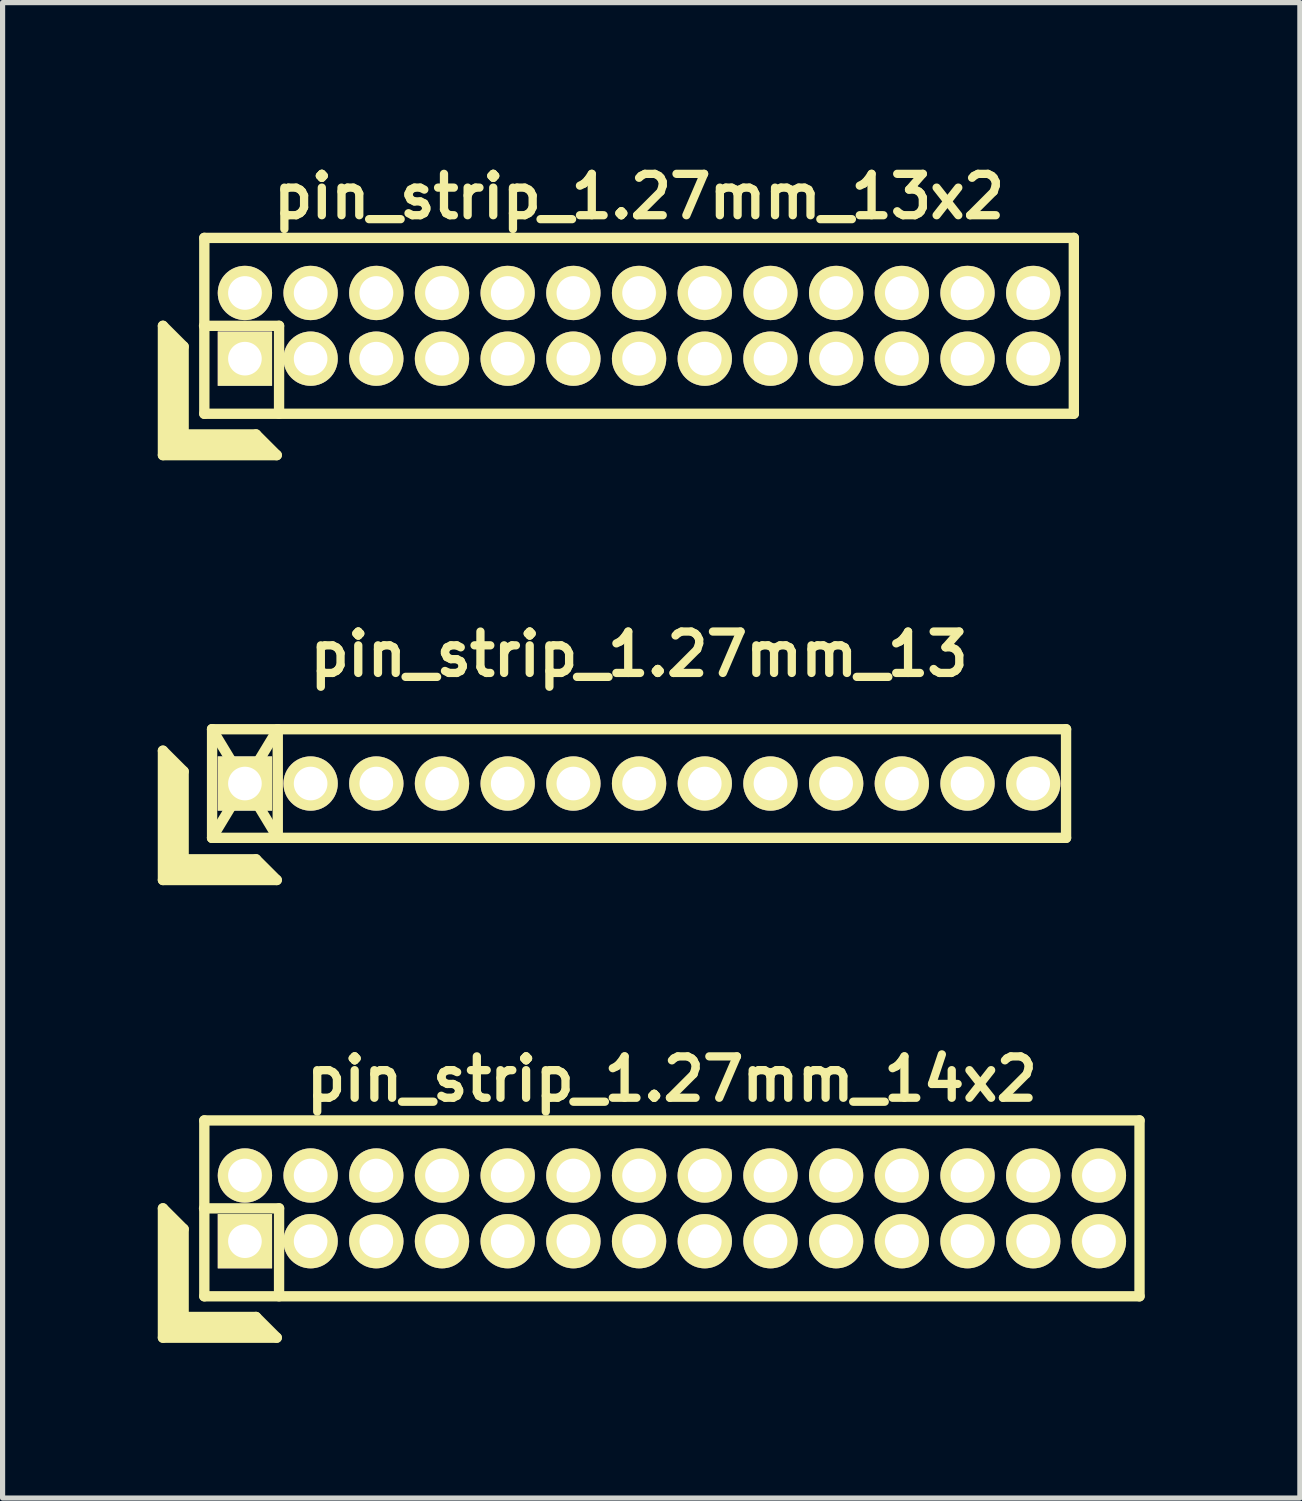
<source format=kicad_pcb>
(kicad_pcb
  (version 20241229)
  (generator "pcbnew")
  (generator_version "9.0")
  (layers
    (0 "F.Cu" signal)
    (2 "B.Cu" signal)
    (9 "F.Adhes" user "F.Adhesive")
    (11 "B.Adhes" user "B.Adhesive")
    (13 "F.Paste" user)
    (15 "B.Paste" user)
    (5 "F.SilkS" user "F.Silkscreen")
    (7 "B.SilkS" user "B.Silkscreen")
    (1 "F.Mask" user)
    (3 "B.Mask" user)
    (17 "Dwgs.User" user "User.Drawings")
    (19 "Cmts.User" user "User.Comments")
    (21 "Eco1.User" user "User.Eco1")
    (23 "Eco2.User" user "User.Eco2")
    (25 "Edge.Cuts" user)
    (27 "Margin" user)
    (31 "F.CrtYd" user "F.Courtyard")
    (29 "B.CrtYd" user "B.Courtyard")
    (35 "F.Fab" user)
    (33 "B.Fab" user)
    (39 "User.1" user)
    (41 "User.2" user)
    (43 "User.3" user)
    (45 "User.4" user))
  (footprint "pin_strip_1.27mm_13x2"
    (layer "F.Cu")
    (at 9.305 3.249)
    (property "Reference" "pin_strip_1.27mm_13x2" (at 0 -2.5 0) (layer "F.SilkS") (effects (font (size 0.8 0.8) (thickness 0.16))))
    (attr through_hole)
    (fp_line (start -9.205 0) (end -9.205 2.5) (stroke (width 0.2) (type solid)) (layer "F.SilkS"))
    (fp_line (start -9.205 0) (end -8.805 0.4) (stroke (width 0.2) (type solid)) (layer "F.SilkS"))
    (fp_line (start -9.205 2.5) (end -7.005 2.5) (stroke (width 0.2) (type solid)) (layer "F.SilkS"))
    (fp_line (start -9.105 2.4) (end -9.105 0.2) (stroke (width 0.2) (type solid)) (layer "F.SilkS"))
    (fp_line (start -9.105 2.4) (end -7.205 2.4) (stroke (width 0.2) (type solid)) (layer "F.SilkS"))
    (fp_line (start -9.005 2.3) (end -9.005 0.3) (stroke (width 0.2) (type solid)) (layer "F.SilkS"))
    (fp_line (start -9.005 2.3) (end -7.305 2.3) (stroke (width 0.2) (type solid)) (layer "F.SilkS"))
    (fp_line (start -8.905 2.2) (end -8.905 0.4) (stroke (width 0.2) (type solid)) (layer "F.SilkS"))
    (fp_line (start -8.905 2.2) (end -7.405 2.2) (stroke (width 0.2) (type solid)) (layer "F.SilkS"))
    (fp_line (start -8.805 2.1) (end -8.805 0.4) (stroke (width 0.2) (type solid)) (layer "F.SilkS"))
    (fp_line (start -8.805 2.1) (end -7.405 2.1) (stroke (width 0.2) (type solid)) (layer "F.SilkS"))
    (fp_line (start -8.41 0) (end -6.96 0) (stroke (width 0.2) (type solid)) (layer "F.SilkS"))
    (fp_line (start -8.405 -1.7) (end 8.405 -1.7) (stroke (width 0.2) (type solid)) (layer "F.SilkS"))
    (fp_line (start -8.405 1.7) (end -8.405 -1.7) (stroke (width 0.2) (type solid)) (layer "F.SilkS"))
    (fp_line (start -7.405 2.1) (end -7.005 2.5) (stroke (width 0.2) (type solid)) (layer "F.SilkS"))
    (fp_line (start -6.96 0) (end -6.96 1.7) (stroke (width 0.2) (type solid)) (layer "F.SilkS"))
    (fp_line (start 8.405 -1.7) (end 8.405 1.7) (stroke (width 0.2) (type solid)) (layer "F.SilkS"))
    (fp_line (start 8.405 1.7) (end -8.405 1.7) (stroke (width 0.2) (type solid)) (layer "F.SilkS"))
    (pad "1" thru_hole rect (at -7.62 0.635) (size 1.05 1.05) (drill 0.65) (layers "*.Cu" "*.Mask" "F.SilkS"))
    (pad "2" thru_hole oval (at -7.62 -0.635) (size 1.05 1.05) (drill 0.65) (layers "*.Cu" "*.Mask" "F.SilkS"))
    (pad "3" thru_hole oval (at -6.35 0.635) (size 1.05 1.05) (drill 0.65) (layers "*.Cu" "*.Mask" "F.SilkS"))
    (pad "4" thru_hole oval (at -6.35 -0.635) (size 1.05 1.05) (drill 0.65) (layers "*.Cu" "*.Mask" "F.SilkS"))
    (pad "5" thru_hole oval (at -5.08 0.635) (size 1.05 1.05) (drill 0.65) (layers "*.Cu" "*.Mask" "F.SilkS"))
    (pad "6" thru_hole oval (at -5.08 -0.635) (size 1.05 1.05) (drill 0.65) (layers "*.Cu" "*.Mask" "F.SilkS"))
    (pad "7" thru_hole oval (at -3.81 0.635) (size 1.05 1.05) (drill 0.65) (layers "*.Cu" "*.Mask" "F.SilkS"))
    (pad "8" thru_hole oval (at -3.81 -0.635) (size 1.05 1.05) (drill 0.65) (layers "*.Cu" "*.Mask" "F.SilkS"))
    (pad "9" thru_hole oval (at -2.54 0.635) (size 1.05 1.05) (drill 0.65) (layers "*.Cu" "*.Mask" "F.SilkS"))
    (pad "10" thru_hole oval (at -2.54 -0.635) (size 1.05 1.05) (drill 0.65) (layers "*.Cu" "*.Mask" "F.SilkS"))
    (pad "11" thru_hole oval (at -1.27 0.635) (size 1.05 1.05) (drill 0.65) (layers "*.Cu" "*.Mask" "F.SilkS"))
    (pad "12" thru_hole oval (at -1.27 -0.635) (size 1.05 1.05) (drill 0.65) (layers "*.Cu" "*.Mask" "F.SilkS"))
    (pad "13" thru_hole oval (at 0 0.635) (size 1.05 1.05) (drill 0.65) (layers "*.Cu" "*.Mask" "F.SilkS"))
    (pad "14" thru_hole oval (at 0 -0.635) (size 1.05 1.05) (drill 0.65) (layers "*.Cu" "*.Mask" "F.SilkS"))
    (pad "15" thru_hole oval (at 1.27 0.635) (size 1.05 1.05) (drill 0.65) (layers "*.Cu" "*.Mask" "F.SilkS"))
    (pad "16" thru_hole oval (at 1.27 -0.635) (size 1.05 1.05) (drill 0.65) (layers "*.Cu" "*.Mask" "F.SilkS"))
    (pad "17" thru_hole oval (at 2.54 0.635) (size 1.05 1.05) (drill 0.65) (layers "*.Cu" "*.Mask" "F.SilkS"))
    (pad "18" thru_hole oval (at 2.54 -0.635) (size 1.05 1.05) (drill 0.65) (layers "*.Cu" "*.Mask" "F.SilkS"))
    (pad "19" thru_hole oval (at 3.81 0.635) (size 1.05 1.05) (drill 0.65) (layers "*.Cu" "*.Mask" "F.SilkS"))
    (pad "20" thru_hole oval (at 3.81 -0.635) (size 1.05 1.05) (drill 0.65) (layers "*.Cu" "*.Mask" "F.SilkS"))
    (pad "21" thru_hole oval (at 5.08 0.635) (size 1.05 1.05) (drill 0.65) (layers "*.Cu" "*.Mask" "F.SilkS"))
    (pad "22" thru_hole oval (at 5.08 -0.635) (size 1.05 1.05) (drill 0.65) (layers "*.Cu" "*.Mask" "F.SilkS"))
    (pad "23" thru_hole oval (at 6.35 0.635) (size 1.05 1.05) (drill 0.65) (layers "*.Cu" "*.Mask" "F.SilkS"))
    (pad "24" thru_hole oval (at 6.35 -0.635) (size 1.05 1.05) (drill 0.65) (layers "*.Cu" "*.Mask" "F.SilkS"))
    (pad "25" thru_hole oval (at 7.62 0.635) (size 1.05 1.05) (drill 0.65) (layers "*.Cu" "*.Mask" "F.SilkS"))
    (pad "26" thru_hole oval (at 7.62 -0.635) (size 1.05 1.05) (drill 0.65) (layers "*.Cu" "*.Mask" "F.SilkS")))
  (footprint "pin_strip_1.27mm_14x2"
    (layer "F.Cu")
    (at 9.94 20.311)
    (property "Reference" "pin_strip_1.27mm_14x2" (at 0 -2.5 0) (layer "F.SilkS") (effects (font (size 0.8 0.8) (thickness 0.16))))
    (attr through_hole)
    (fp_line (start -9.84 0) (end -9.84 2.5) (stroke (width 0.2) (type solid)) (layer "F.SilkS"))
    (fp_line (start -9.84 0) (end -9.44 0.4) (stroke (width 0.2) (type solid)) (layer "F.SilkS"))
    (fp_line (start -9.84 2.5) (end -7.64 2.5) (stroke (width 0.2) (type solid)) (layer "F.SilkS"))
    (fp_line (start -9.74 2.4) (end -9.74 0.2) (stroke (width 0.2) (type solid)) (layer "F.SilkS"))
    (fp_line (start -9.74 2.4) (end -7.84 2.4) (stroke (width 0.2) (type solid)) (layer "F.SilkS"))
    (fp_line (start -9.64 2.3) (end -9.64 0.3) (stroke (width 0.2) (type solid)) (layer "F.SilkS"))
    (fp_line (start -9.64 2.3) (end -7.94 2.3) (stroke (width 0.2) (type solid)) (layer "F.SilkS"))
    (fp_line (start -9.54 2.2) (end -9.54 0.4) (stroke (width 0.2) (type solid)) (layer "F.SilkS"))
    (fp_line (start -9.54 2.2) (end -8.04 2.2) (stroke (width 0.2) (type solid)) (layer "F.SilkS"))
    (fp_line (start -9.44 2.1) (end -9.44 0.4) (stroke (width 0.2) (type solid)) (layer "F.SilkS"))
    (fp_line (start -9.44 2.1) (end -8.04 2.1) (stroke (width 0.2) (type solid)) (layer "F.SilkS"))
    (fp_line (start -9.045 0) (end -7.595 0) (stroke (width 0.2) (type solid)) (layer "F.SilkS"))
    (fp_line (start -9.04 -1.7) (end 9.04 -1.7) (stroke (width 0.2) (type solid)) (layer "F.SilkS"))
    (fp_line (start -9.04 1.7) (end -9.04 -1.7) (stroke (width 0.2) (type solid)) (layer "F.SilkS"))
    (fp_line (start -8.04 2.1) (end -7.64 2.5) (stroke (width 0.2) (type solid)) (layer "F.SilkS"))
    (fp_line (start -7.595 0) (end -7.595 1.7) (stroke (width 0.2) (type solid)) (layer "F.SilkS"))
    (fp_line (start 9.04 -1.7) (end 9.04 1.7) (stroke (width 0.2) (type solid)) (layer "F.SilkS"))
    (fp_line (start 9.04 1.7) (end -9.04 1.7) (stroke (width 0.2) (type solid)) (layer "F.SilkS"))
    (pad "1" thru_hole rect (at -8.255 0.635) (size 1.05 1.05) (drill 0.65) (layers "*.Cu" "*.Mask" "F.SilkS"))
    (pad "2" thru_hole oval (at -8.255 -0.635) (size 1.05 1.05) (drill 0.65) (layers "*.Cu" "*.Mask" "F.SilkS"))
    (pad "3" thru_hole oval (at -6.985 0.635) (size 1.05 1.05) (drill 0.65) (layers "*.Cu" "*.Mask" "F.SilkS"))
    (pad "4" thru_hole oval (at -6.985 -0.635) (size 1.05 1.05) (drill 0.65) (layers "*.Cu" "*.Mask" "F.SilkS"))
    (pad "5" thru_hole oval (at -5.715 0.635) (size 1.05 1.05) (drill 0.65) (layers "*.Cu" "*.Mask" "F.SilkS"))
    (pad "6" thru_hole oval (at -5.715 -0.635) (size 1.05 1.05) (drill 0.65) (layers "*.Cu" "*.Mask" "F.SilkS"))
    (pad "7" thru_hole oval (at -4.445 0.635) (size 1.05 1.05) (drill 0.65) (layers "*.Cu" "*.Mask" "F.SilkS"))
    (pad "8" thru_hole oval (at -4.445 -0.635) (size 1.05 1.05) (drill 0.65) (layers "*.Cu" "*.Mask" "F.SilkS"))
    (pad "9" thru_hole oval (at -3.175 0.635) (size 1.05 1.05) (drill 0.65) (layers "*.Cu" "*.Mask" "F.SilkS"))
    (pad "10" thru_hole oval (at -3.175 -0.635) (size 1.05 1.05) (drill 0.65) (layers "*.Cu" "*.Mask" "F.SilkS"))
    (pad "11" thru_hole oval (at -1.905 0.635) (size 1.05 1.05) (drill 0.65) (layers "*.Cu" "*.Mask" "F.SilkS"))
    (pad "12" thru_hole oval (at -1.905 -0.635) (size 1.05 1.05) (drill 0.65) (layers "*.Cu" "*.Mask" "F.SilkS"))
    (pad "13" thru_hole oval (at -0.635 0.635) (size 1.05 1.05) (drill 0.65) (layers "*.Cu" "*.Mask" "F.SilkS"))
    (pad "14" thru_hole oval (at -0.635 -0.635) (size 1.05 1.05) (drill 0.65) (layers "*.Cu" "*.Mask" "F.SilkS"))
    (pad "15" thru_hole oval (at 0.635 0.635) (size 1.05 1.05) (drill 0.65) (layers "*.Cu" "*.Mask" "F.SilkS"))
    (pad "16" thru_hole oval (at 0.635 -0.635) (size 1.05 1.05) (drill 0.65) (layers "*.Cu" "*.Mask" "F.SilkS"))
    (pad "17" thru_hole oval (at 1.905 0.635) (size 1.05 1.05) (drill 0.65) (layers "*.Cu" "*.Mask" "F.SilkS"))
    (pad "18" thru_hole oval (at 1.905 -0.635) (size 1.05 1.05) (drill 0.65) (layers "*.Cu" "*.Mask" "F.SilkS"))
    (pad "19" thru_hole oval (at 3.175 0.635) (size 1.05 1.05) (drill 0.65) (layers "*.Cu" "*.Mask" "F.SilkS"))
    (pad "20" thru_hole oval (at 3.175 -0.635) (size 1.05 1.05) (drill 0.65) (layers "*.Cu" "*.Mask" "F.SilkS"))
    (pad "21" thru_hole oval (at 4.445 0.635) (size 1.05 1.05) (drill 0.65) (layers "*.Cu" "*.Mask" "F.SilkS"))
    (pad "22" thru_hole oval (at 4.445 -0.635) (size 1.05 1.05) (drill 0.65) (layers "*.Cu" "*.Mask" "F.SilkS"))
    (pad "23" thru_hole oval (at 5.715 0.635) (size 1.05 1.05) (drill 0.65) (layers "*.Cu" "*.Mask" "F.SilkS"))
    (pad "24" thru_hole oval (at 5.715 -0.635) (size 1.05 1.05) (drill 0.65) (layers "*.Cu" "*.Mask" "F.SilkS"))
    (pad "25" thru_hole oval (at 6.985 0.635) (size 1.05 1.05) (drill 0.65) (layers "*.Cu" "*.Mask" "F.SilkS"))
    (pad "26" thru_hole oval (at 6.985 -0.635) (size 1.05 1.05) (drill 0.65) (layers "*.Cu" "*.Mask" "F.SilkS"))
    (pad "27" thru_hole oval (at 8.255 0.635) (size 1.05 1.05) (drill 0.65) (layers "*.Cu" "*.Mask" "F.SilkS"))
    (pad "28" thru_hole oval (at 8.255 -0.635) (size 1.05 1.05) (drill 0.65) (layers "*.Cu" "*.Mask" "F.SilkS")))
  (footprint "pin_strip_1.27mm_13"
    (layer "F.Cu")
    (at 9.305 12.098)
    (property "Reference" "pin_strip_1.27mm_13" (at 0 -2.5 0) (layer "F.SilkS") (effects (font (size 0.8 0.8) (thickness 0.16))))
    (attr through_hole)
    (fp_line (start -9.205 -0.635) (end -9.205 1.865) (stroke (width 0.2) (type solid)) (layer "F.SilkS"))
    (fp_line (start -9.205 -0.635) (end -8.805 -0.235) (stroke (width 0.2) (type solid)) (layer "F.SilkS"))
    (fp_line (start -9.205 1.865) (end -7.005 1.865) (stroke (width 0.2) (type solid)) (layer "F.SilkS"))
    (fp_line (start -9.105 1.765) (end -9.105 -0.435) (stroke (width 0.2) (type solid)) (layer "F.SilkS"))
    (fp_line (start -9.105 1.765) (end -7.205 1.765) (stroke (width 0.2) (type solid)) (layer "F.SilkS"))
    (fp_line (start -9.005 1.665) (end -9.005 -0.335) (stroke (width 0.2) (type solid)) (layer "F.SilkS"))
    (fp_line (start -9.005 1.665) (end -7.305 1.665) (stroke (width 0.2) (type solid)) (layer "F.SilkS"))
    (fp_line (start -8.905 1.565) (end -8.905 -0.235) (stroke (width 0.2) (type solid)) (layer "F.SilkS"))
    (fp_line (start -8.905 1.565) (end -7.405 1.565) (stroke (width 0.2) (type solid)) (layer "F.SilkS"))
    (fp_line (start -8.805 1.465) (end -8.805 -0.235) (stroke (width 0.2) (type solid)) (layer "F.SilkS"))
    (fp_line (start -8.805 1.465) (end -7.405 1.465) (stroke (width 0.2) (type solid)) (layer "F.SilkS"))
    (fp_line (start -8.255 -1.05) (end -6.985 1.05) (stroke (width 0.2) (type solid)) (layer "F.SilkS"))
    (fp_line (start -8.255 -1.05) (end 8.255 -1.05) (stroke (width 0.2) (type solid)) (layer "F.SilkS"))
    (fp_line (start -8.255 1.05) (end -8.255 -1.05) (stroke (width 0.2) (type solid)) (layer "F.SilkS"))
    (fp_line (start -8.255 1.05) (end -6.985 -1.05) (stroke (width 0.2) (type solid)) (layer "F.SilkS"))
    (fp_line (start -7.405 1.465) (end -7.005 1.865) (stroke (width 0.2) (type solid)) (layer "F.SilkS"))
    (fp_line (start -6.985 -1.05) (end -6.985 1.05) (stroke (width 0.2) (type solid)) (layer "F.SilkS"))
    (fp_line (start 8.255 -1.05) (end 8.255 1.05) (stroke (width 0.2) (type solid)) (layer "F.SilkS"))
    (fp_line (start 8.255 1.05) (end -8.255 1.05) (stroke (width 0.2) (type solid)) (layer "F.SilkS"))
    (pad "1" thru_hole rect (at -7.62 0) (size 1.05 1.05) (drill 0.65) (layers "*.Cu" "*.Mask" "F.SilkS"))
    (pad "2" thru_hole oval (at -6.35 0) (size 1.05 1.05) (drill 0.65) (layers "*.Cu" "*.Mask" "F.SilkS"))
    (pad "3" thru_hole oval (at -5.08 0) (size 1.05 1.05) (drill 0.65) (layers "*.Cu" "*.Mask" "F.SilkS"))
    (pad "4" thru_hole oval (at -3.81 0) (size 1.05 1.05) (drill 0.65) (layers "*.Cu" "*.Mask" "F.SilkS"))
    (pad "5" thru_hole oval (at -2.54 0) (size 1.05 1.05) (drill 0.65) (layers "*.Cu" "*.Mask" "F.SilkS"))
    (pad "6" thru_hole oval (at -1.27 0) (size 1.05 1.05) (drill 0.65) (layers "*.Cu" "*.Mask" "F.SilkS"))
    (pad "7" thru_hole oval (at 0 0) (size 1.05 1.05) (drill 0.65) (layers "*.Cu" "*.Mask" "F.SilkS"))
    (pad "8" thru_hole oval (at 1.27 0) (size 1.05 1.05) (drill 0.65) (layers "*.Cu" "*.Mask" "F.SilkS"))
    (pad "9" thru_hole oval (at 2.54 0) (size 1.05 1.05) (drill 0.65) (layers "*.Cu" "*.Mask" "F.SilkS"))
    (pad "10" thru_hole oval (at 3.81 0) (size 1.05 1.05) (drill 0.65) (layers "*.Cu" "*.Mask" "F.SilkS"))
    (pad "11" thru_hole oval (at 5.08 0) (size 1.05 1.05) (drill 0.65) (layers "*.Cu" "*.Mask" "F.SilkS"))
    (pad "12" thru_hole oval (at 6.35 0) (size 1.05 1.05) (drill 0.65) (layers "*.Cu" "*.Mask" "F.SilkS"))
    (pad "13" thru_hole oval (at 7.62 0) (size 1.05 1.05) (drill 0.65) (layers "*.Cu" "*.Mask" "F.SilkS")))
  (gr_rect
    (start -3 -3)
    (end 22.08 25.911)
    (stroke (width 0.1) (type default))
    (fill no)
    (layer "Edge.Cuts")))
</source>
